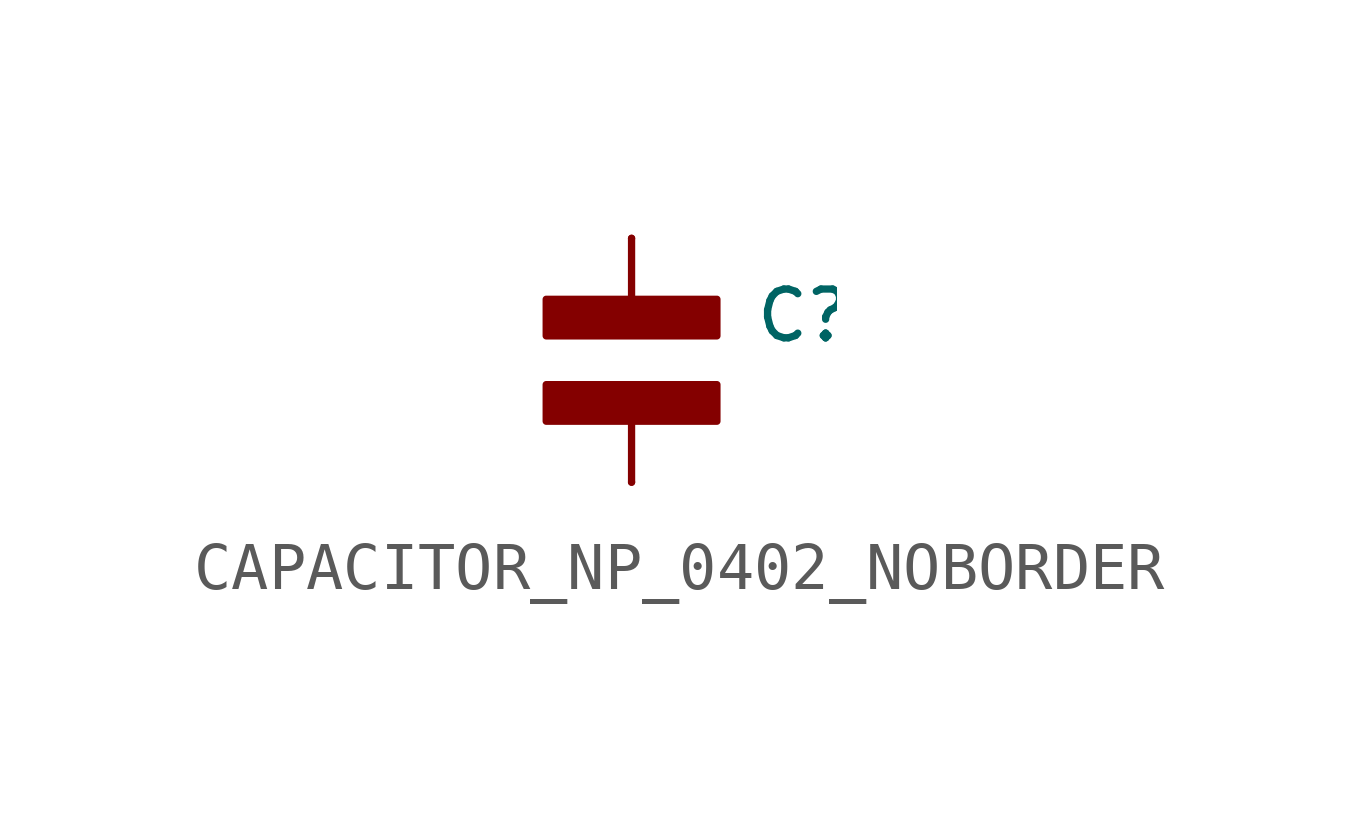
<source format=kicad_sym>
(kicad_symbol_lib
  (version 20220914)
  (generator kicad_symbol_editor)
  (symbol "CAPACITOR_NP_0402_NOBORDER"
    (property "Reference" "C"
      (at 2.54 1.524 0)
      (effects (font (size 1.016 1.016)) (justify left top)))
    (property "Value" ""
      (at 2.54 -1.524 0)
      (effects (font (size 1.016 1.016)) (justify left bottom)))
    (property "ki_locked" ""
      (at 0 0 0)
      (effects (font (size 1.27 1.27))))
    (symbol "CAPACITOR_NP_0402_NOBORDER_1_0"
      (rectangle (start -1.778 -1.27) (end 1.778 -0.508) (stroke (width 0) (type default)) (fill (type outline)))
      (rectangle (start -1.778 0.508) (end 1.778 1.27) (stroke (width 0) (type default)) (fill (type outline)))
      (polyline (pts (xy 0 -2.54) (xy 0 -1.016)) (stroke (width 0.152) (type solid)) (fill (type none)))
      (polyline (pts (xy 0 2.54) (xy 0 1.016)) (stroke (width 0.152) (type solid)) (fill (type none)))
      (pin passive line (at 0 2.54 270) (length 0) (name "P$1" (effects (font (size 0 0)))) (number "P$1" (effects (font (size 0 0)))))
      (pin passive line (at 0 -2.54 90) (length 0) (name "P$2" (effects (font (size 0 0)))) (number "P$2" (effects (font (size 0 0))))))))
</source>
